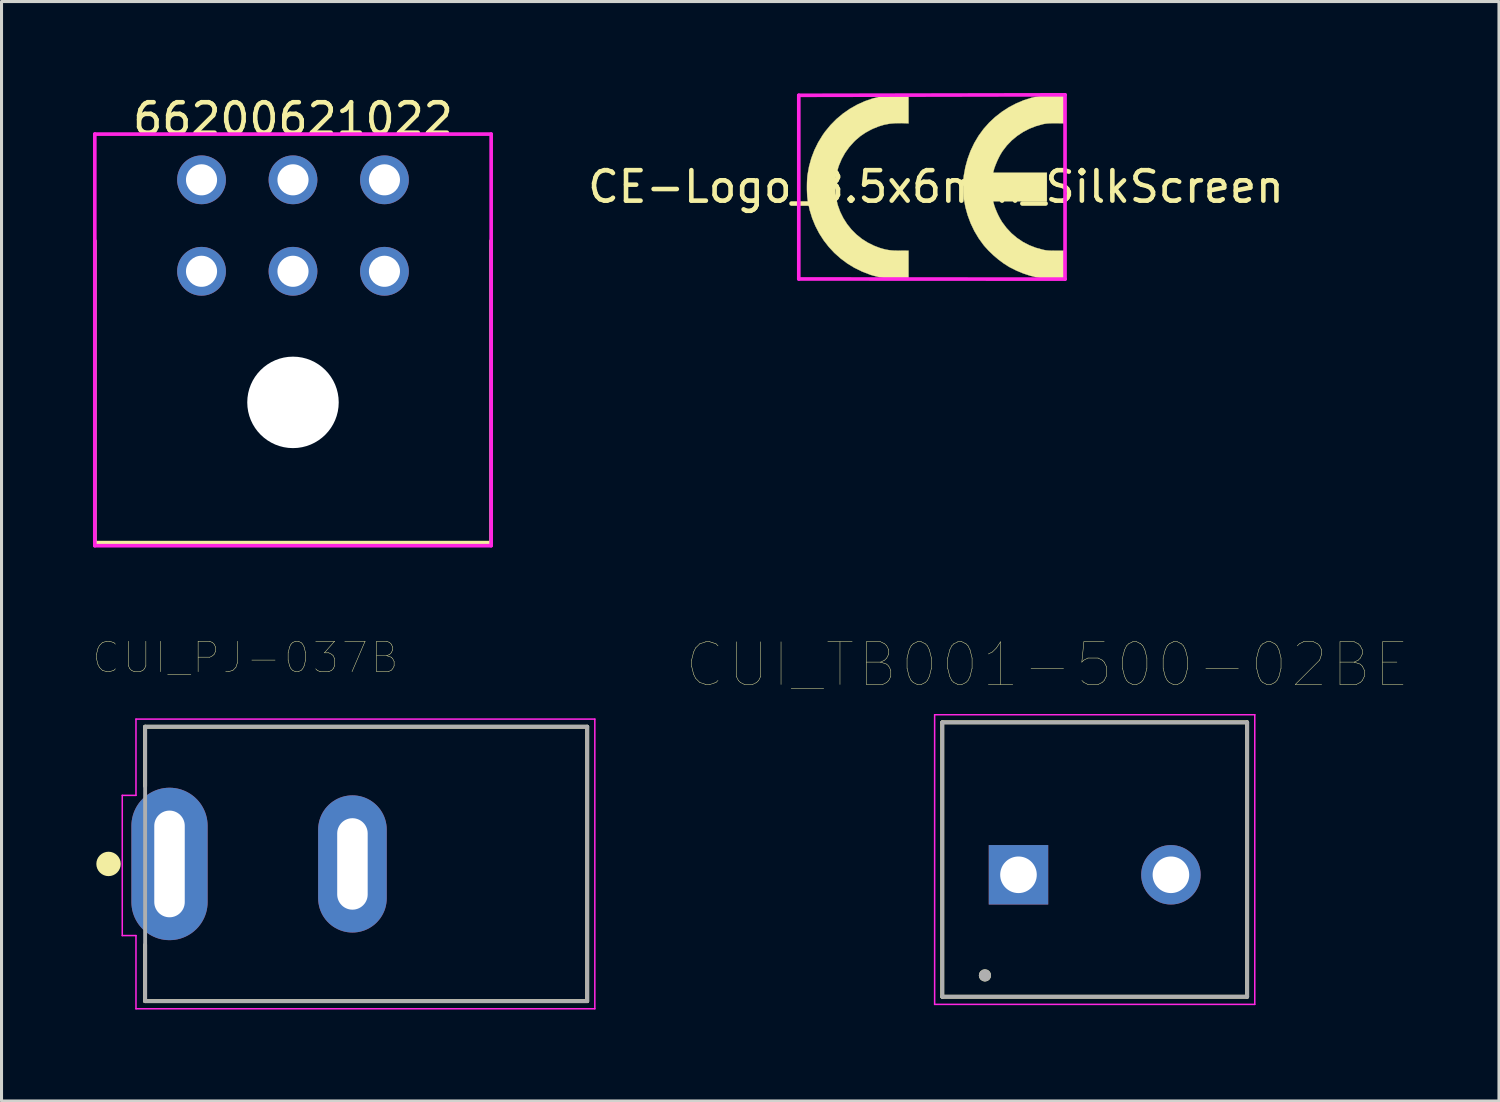
<source format=kicad_pcb>
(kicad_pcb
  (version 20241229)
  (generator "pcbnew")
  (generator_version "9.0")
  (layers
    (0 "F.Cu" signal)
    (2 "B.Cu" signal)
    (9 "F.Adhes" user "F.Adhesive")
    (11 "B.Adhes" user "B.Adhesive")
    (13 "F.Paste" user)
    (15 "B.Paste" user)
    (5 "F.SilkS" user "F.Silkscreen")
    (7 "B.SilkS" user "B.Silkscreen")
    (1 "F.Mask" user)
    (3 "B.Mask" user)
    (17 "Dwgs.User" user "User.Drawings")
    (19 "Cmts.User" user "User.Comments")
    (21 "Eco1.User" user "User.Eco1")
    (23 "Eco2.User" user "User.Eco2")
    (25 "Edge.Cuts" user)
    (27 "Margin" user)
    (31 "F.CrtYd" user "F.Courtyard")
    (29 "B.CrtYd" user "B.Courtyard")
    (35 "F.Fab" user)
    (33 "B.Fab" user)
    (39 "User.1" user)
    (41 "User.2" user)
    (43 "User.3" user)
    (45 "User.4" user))
  (footprint "66200621022"
    (layer "F.Cu")
    (at 6.56 5.848)
    (property "Reference" "66200621022" (at 0 -5 0) (layer "F.SilkS") (effects (font (size 1 1) (thickness 0.15))))
    (attr through_hole)
    (fp_line (start -6.5 -1) (end -6.5 8.9) (stroke (width 0.12) (type solid)) (layer "F.SilkS"))
    (fp_line (start -6.5 8.9) (end 6.5 8.9) (stroke (width 0.12) (type solid)) (layer "F.SilkS"))
    (fp_line (start 6.5 -1) (end 6.5 8.9) (stroke (width 0.12) (type solid)) (layer "F.SilkS"))
    (fp_line (start -6.5 -4.5) (end -6.5 9) (stroke (width 0.12) (type solid)) (layer "F.CrtYd"))
    (fp_line (start -6.5 9) (end 6.5 9) (stroke (width 0.12) (type solid)) (layer "F.CrtYd"))
    (fp_line (start 6.5 -4.5) (end -6.5 -4.5) (stroke (width 0.12) (type solid)) (layer "F.CrtYd"))
    (fp_line (start 6.5 9) (end 6.5 -4.5) (stroke (width 0.12) (type solid)) (layer "F.CrtYd"))
    (pad "" np_thru_hole circle (at 0 4.3) (size 3 3) (drill 3) (layers "*.Cu" "*.Mask"))
    (pad "1" thru_hole circle (at -3 -3) (size 1.6 1.6) (drill 1.02) (layers "*.Cu" "*.Mask"))
    (pad "2" thru_hole circle (at 0 -3) (size 1.6 1.6) (drill 1.02) (layers "*.Cu" "*.Mask"))
    (pad "3" thru_hole circle (at 3 -3) (size 1.6 1.6) (drill 1.02) (layers "*.Cu" "*.Mask"))
    (pad "4" thru_hole circle (at -3 0) (size 1.6 1.6) (drill 1.02) (layers "*.Cu" "*.Mask"))
    (pad "5" thru_hole circle (at 0 0) (size 1.6 1.6) (drill 1.02) (layers "*.Cu" "*.Mask"))
    (pad "6" thru_hole circle (at 3 0) (size 1.6 1.6) (drill 1.02) (layers "*.Cu" "*.Mask")))
  (footprint "CE-Logo_8.5x6mm_SilkScreen"
    (layer "F.Cu")
    (at 27.65 3.076)
    (property "Reference" "CE-Logo_8.5x6mm_SilkScreen" (at 0 0 0) (layer "F.SilkS") (effects (font (size 1 1) (thickness 0.15))))
    (attr exclude_from_pos_files exclude_from_bom)
    (fp_poly (pts (xy -1.061 -3.016) (xy -0.996 -3.014) (xy -0.95 -3.011) (xy -0.929 -3.008) (xy -0.9 -3) (xy -0.9 -2.079) (xy -1.109 -2.087) (xy -1.319 -2.086) (xy -1.513 -2.07) (xy -1.698 -2.035) (xy -1.878 -1.981) (xy -2.061 -1.907) (xy -2.137 -1.871) (xy -2.317 -1.772) (xy -2.48 -1.661) (xy -2.632 -1.532) (xy -2.691 -1.474) (xy -2.848 -1.299) (xy -2.984 -1.108) (xy -3.097 -0.904) (xy -3.188 -0.686) (xy -3.257 -0.456) (xy -3.277 -0.364) (xy -3.289 -0.28) (xy -3.297 -0.177) (xy -3.301 -0.062) (xy -3.301 0.057) (xy -3.297 0.174) (xy -3.289 0.281) (xy -3.277 0.37) (xy -3.276 0.377) (xy -3.22 0.606) (xy -3.141 0.824) (xy -3.039 1.03) (xy -2.916 1.223) (xy -2.774 1.401) (xy -2.614 1.562) (xy -2.436 1.706) (xy -2.242 1.83) (xy -2.034 1.933) (xy -1.851 2.003) (xy -1.748 2.034) (xy -1.653 2.058) (xy -1.56 2.075) (xy -1.463 2.087) (xy -1.355 2.094) (xy -1.229 2.096) (xy -1.174 2.097) (xy -0.9 2.096) (xy -0.9 3.013) (xy -0.929 3.021) (xy -0.955 3.024) (xy -1.002 3.026) (xy -1.065 3.027) (xy -1.141 3.028) (xy -1.224 3.027) (xy -1.309 3.026) (xy -1.391 3.024) (xy -1.466 3.022) (xy -1.528 3.019) (xy -1.574 3.015) (xy -1.574 3.015) (xy -1.687 2.998) (xy -1.815 2.974) (xy -1.947 2.943) (xy -2.075 2.909) (xy -2.156 2.884) (xy -2.421 2.782) (xy -2.671 2.66) (xy -2.907 2.516) (xy -3.127 2.352) (xy -3.331 2.171) (xy -3.516 1.972) (xy -3.683 1.757) (xy -3.83 1.528) (xy -3.956 1.285) (xy -4.061 1.029) (xy -4.143 0.762) (xy -4.201 0.486) (xy -4.214 0.397) (xy -4.223 0.312) (xy -4.228 0.208) (xy -4.232 0.092) (xy -4.232 -0.029) (xy -4.23 -0.148) (xy -4.225 -0.258) (xy -4.218 -0.352) (xy -4.214 -0.384) (xy -4.163 -0.666) (xy -4.088 -0.939) (xy -3.988 -1.202) (xy -3.864 -1.454) (xy -3.717 -1.695) (xy -3.638 -1.806) (xy -3.46 -2.023) (xy -3.264 -2.222) (xy -3.051 -2.4) (xy -2.824 -2.558) (xy -2.583 -2.694) (xy -2.33 -2.808) (xy -2.066 -2.899) (xy -1.792 -2.966) (xy -1.601 -2.997) (xy -1.549 -3.003) (xy -1.48 -3.007) (xy -1.399 -3.011) (xy -1.312 -3.014) (xy -1.224 -3.015) (xy -1.138 -3.016) (xy -1.061 -3.016)) (stroke (width 0.01) (type solid)) (fill yes) (layer "F.SilkS"))
    (fp_poly (pts (xy 4.233 -2.084) (xy 3.939 -2.083) (xy 3.837 -2.083) (xy 3.756 -2.082) (xy 3.692 -2.079) (xy 3.638 -2.075) (xy 3.591 -2.069) (xy 3.544 -2.061) (xy 3.51 -2.054) (xy 3.281 -1.99) (xy 3.061 -1.904) (xy 2.854 -1.796) (xy 2.661 -1.667) (xy 2.484 -1.52) (xy 2.324 -1.354) (xy 2.184 -1.171) (xy 2.16 -1.134) (xy 2.108 -1.047) (xy 2.055 -0.945) (xy 2.004 -0.836) (xy 1.958 -0.726) (xy 1.919 -0.623) (xy 1.892 -0.532) (xy 1.886 -0.506) (xy 1.876 -0.463) (xy 3.638 -0.463) (xy 3.638 0.476) (xy 1.876 0.476) (xy 1.886 0.519) (xy 1.911 0.611) (xy 1.948 0.716) (xy 1.995 0.83) (xy 2.048 0.944) (xy 2.105 1.052) (xy 2.161 1.146) (xy 2.17 1.16) (xy 2.314 1.352) (xy 2.475 1.524) (xy 2.653 1.675) (xy 2.846 1.806) (xy 3.054 1.915) (xy 3.275 2.001) (xy 3.508 2.065) (xy 3.514 2.066) (xy 3.567 2.077) (xy 3.615 2.085) (xy 3.665 2.09) (xy 3.721 2.094) (xy 3.789 2.096) (xy 3.875 2.097) (xy 3.946 2.097) (xy 4.233 2.097) (xy 4.233 3.029) (xy 3.946 3.028) (xy 3.854 3.027) (xy 3.764 3.025) (xy 3.682 3.022) (xy 3.614 3.019) (xy 3.566 3.016) (xy 3.559 3.015) (xy 3.333 2.979) (xy 3.101 2.921) (xy 2.869 2.845) (xy 2.644 2.752) (xy 2.43 2.645) (xy 2.375 2.613) (xy 2.211 2.508) (xy 2.045 2.384) (xy 1.883 2.246) (xy 1.732 2.102) (xy 1.599 1.956) (xy 1.562 1.912) (xy 1.401 1.69) (xy 1.259 1.452) (xy 1.139 1.201) (xy 1.041 0.939) (xy 0.965 0.667) (xy 0.914 0.389) (xy 0.912 0.37) (xy 0.905 0.299) (xy 0.9 0.208) (xy 0.897 0.105) (xy 0.896 -0.004) (xy 0.897 -0.112) (xy 0.9 -0.213) (xy 0.905 -0.299) (xy 0.911 -0.357) (xy 0.963 -0.642) (xy 1.039 -0.918) (xy 1.136 -1.182) (xy 1.256 -1.434) (xy 1.397 -1.672) (xy 1.559 -1.894) (xy 1.562 -1.898) (xy 1.742 -2.101) (xy 1.941 -2.287) (xy 2.157 -2.456) (xy 2.386 -2.605) (xy 2.628 -2.732) (xy 2.878 -2.838) (xy 3.134 -2.919) (xy 3.235 -2.943) (xy 3.359 -2.969) (xy 3.474 -2.988) (xy 3.588 -3.002) (xy 3.707 -3.011) (xy 3.841 -3.015) (xy 3.952 -3.016) (xy 4.233 -3.016) (xy 4.233 -2.084)) (stroke (width 0.01) (type solid)) (fill yes) (layer "F.SilkS"))
    (fp_line (start -4.5 -3) (end 4.233 -3.016) (stroke (width 0.12) (type solid)) (layer "F.CrtYd"))
    (fp_line (start -4.5 3.024) (end -4.5 -3) (stroke (width 0.12) (type solid)) (layer "F.CrtYd"))
    (fp_line (start 4.233 -3.016) (end 4.233 3.029) (stroke (width 0.12) (type solid)) (layer "F.CrtYd"))
    (fp_line (start 4.233 3.029) (end -4.5 3.024) (stroke (width 0.12) (type solid)) (layer "F.CrtYd")))
  (footprint "CUI_PJ-037B"
    (layer "F.Cu")
    (at 8.86 25.287)
    (property "Reference" "CUI_PJ-037B" (at -3.864 -6.767 0) (layer "F.SilkS") (effects (font (size 1 1) (thickness 0.015))))
    (attr through_hole)
    (fp_line (start -7.15 -4.5) (end 7.35 -4.5) (stroke (width 0.127) (type solid)) (layer "F.SilkS"))
    (fp_line (start -7.15 -2.55) (end -7.15 -4.5) (stroke (width 0.127) (type solid)) (layer "F.SilkS"))
    (fp_line (start -7.15 4.5) (end -7.15 2.65) (stroke (width 0.127) (type solid)) (layer "F.SilkS"))
    (fp_line (start 7.35 -4.5) (end 7.35 4.5) (stroke (width 0.127) (type solid)) (layer "F.SilkS"))
    (fp_line (start 7.35 4.5) (end -7.15 4.5) (stroke (width 0.127) (type solid)) (layer "F.SilkS"))
    (fp_circle (center -8.35 0) (end -8.15 0) (stroke (width 0.4) (type solid)) (fill no) (layer "F.SilkS"))
    (fp_line (start -7.9 -2.25) (end -7.9 2.35) (stroke (width 0.05) (type solid)) (layer "F.CrtYd"))
    (fp_line (start -7.9 2.35) (end -7.45 2.35) (stroke (width 0.05) (type solid)) (layer "F.CrtYd"))
    (fp_line (start -7.45 -4.75) (end 7.6 -4.75) (stroke (width 0.05) (type solid)) (layer "F.CrtYd"))
    (fp_line (start -7.45 -2.25) (end -7.9 -2.25) (stroke (width 0.05) (type solid)) (layer "F.CrtYd"))
    (fp_line (start -7.45 -2.25) (end -7.45 -4.75) (stroke (width 0.05) (type solid)) (layer "F.CrtYd"))
    (fp_line (start -7.45 4.75) (end -7.45 2.35) (stroke (width 0.05) (type solid)) (layer "F.CrtYd"))
    (fp_line (start 7.6 -4.75) (end 7.6 4.75) (stroke (width 0.05) (type solid)) (layer "F.CrtYd"))
    (fp_line (start 7.6 4.75) (end -7.45 4.75) (stroke (width 0.05) (type solid)) (layer "F.CrtYd"))
    (fp_line (start -7.15 -4.5) (end 7.35 -4.5) (stroke (width 0.127) (type solid)) (layer "F.Fab"))
    (fp_line (start -7.15 4.5) (end -7.15 -4.5) (stroke (width 0.127) (type solid)) (layer "F.Fab"))
    (fp_line (start 7.35 -4.5) (end 7.35 4.5) (stroke (width 0.127) (type solid)) (layer "F.Fab"))
    (fp_line (start 7.35 4.5) (end -7.15 4.5) (stroke (width 0.127) (type solid)) (layer "F.Fab"))
    (pad "1" thru_hole oval (at -6.35 0) (size 2.5 5) (drill oval 1 3.5) (layers "*.Cu" "*.Mask"))
    (pad "2" thru_hole oval (at -0.35 0) (size 2.25 4.5) (drill oval 1 3) (layers "*.Cu" "*.Mask")))
  (footprint "CUI_TB001-500-02BE"
    (layer "F.Cu")
    (at 32.856 25.643)
    (property "Reference" "CUI_TB001-500-02BE" (at -1.555 -6.889 0) (layer "F.SilkS") (effects (font (size 1.4 1.4) (thickness 0.015))))
    (attr through_hole)
    (fp_line (start -5 -5) (end 5 -5) (stroke (width 0.127) (type solid)) (layer "F.SilkS"))
    (fp_line (start -5 4) (end -5 -5) (stroke (width 0.127) (type solid)) (layer "F.SilkS"))
    (fp_line (start 5 -5) (end 5 4) (stroke (width 0.127) (type solid)) (layer "F.SilkS"))
    (fp_line (start 5 4) (end -5 4) (stroke (width 0.127) (type solid)) (layer "F.SilkS"))
    (fp_circle (center -3.6 3.3) (end -3.5 3.3) (stroke (width 0.2) (type solid)) (fill no) (layer "F.SilkS"))
    (fp_line (start -5.25 -5.25) (end 5.25 -5.25) (stroke (width 0.05) (type solid)) (layer "F.CrtYd"))
    (fp_line (start -5.25 4.25) (end -5.25 -5.25) (stroke (width 0.05) (type solid)) (layer "F.CrtYd"))
    (fp_line (start 5.25 -5.25) (end 5.25 4.25) (stroke (width 0.05) (type solid)) (layer "F.CrtYd"))
    (fp_line (start 5.25 4.25) (end -5.25 4.25) (stroke (width 0.05) (type solid)) (layer "F.CrtYd"))
    (fp_line (start -5 -5) (end 5 -5) (stroke (width 0.127) (type solid)) (layer "F.Fab"))
    (fp_line (start -5 4) (end -5 -5) (stroke (width 0.127) (type solid)) (layer "F.Fab"))
    (fp_line (start 5 -5) (end 5 4) (stroke (width 0.127) (type solid)) (layer "F.Fab"))
    (fp_line (start 5 4) (end -5 4) (stroke (width 0.127) (type solid)) (layer "F.Fab"))
    (fp_circle (center -3.6 3.3) (end -3.5 3.3) (stroke (width 0.2) (type solid)) (fill no) (layer "F.Fab"))
    (pad "1" thru_hole rect (at -2.5 0) (size 1.95 1.95) (drill 1.2) (layers "*.Cu" "*.Mask"))
    (pad "2" thru_hole circle (at 2.5 0) (size 1.95 1.95) (drill 1.2) (layers "*.Cu" "*.Mask")))
  (gr_rect
    (start -3 -3)
    (end 46.116 33.062)
    (stroke (width 0.1) (type default))
    (fill no)
    (layer "Edge.Cuts")))
</source>
